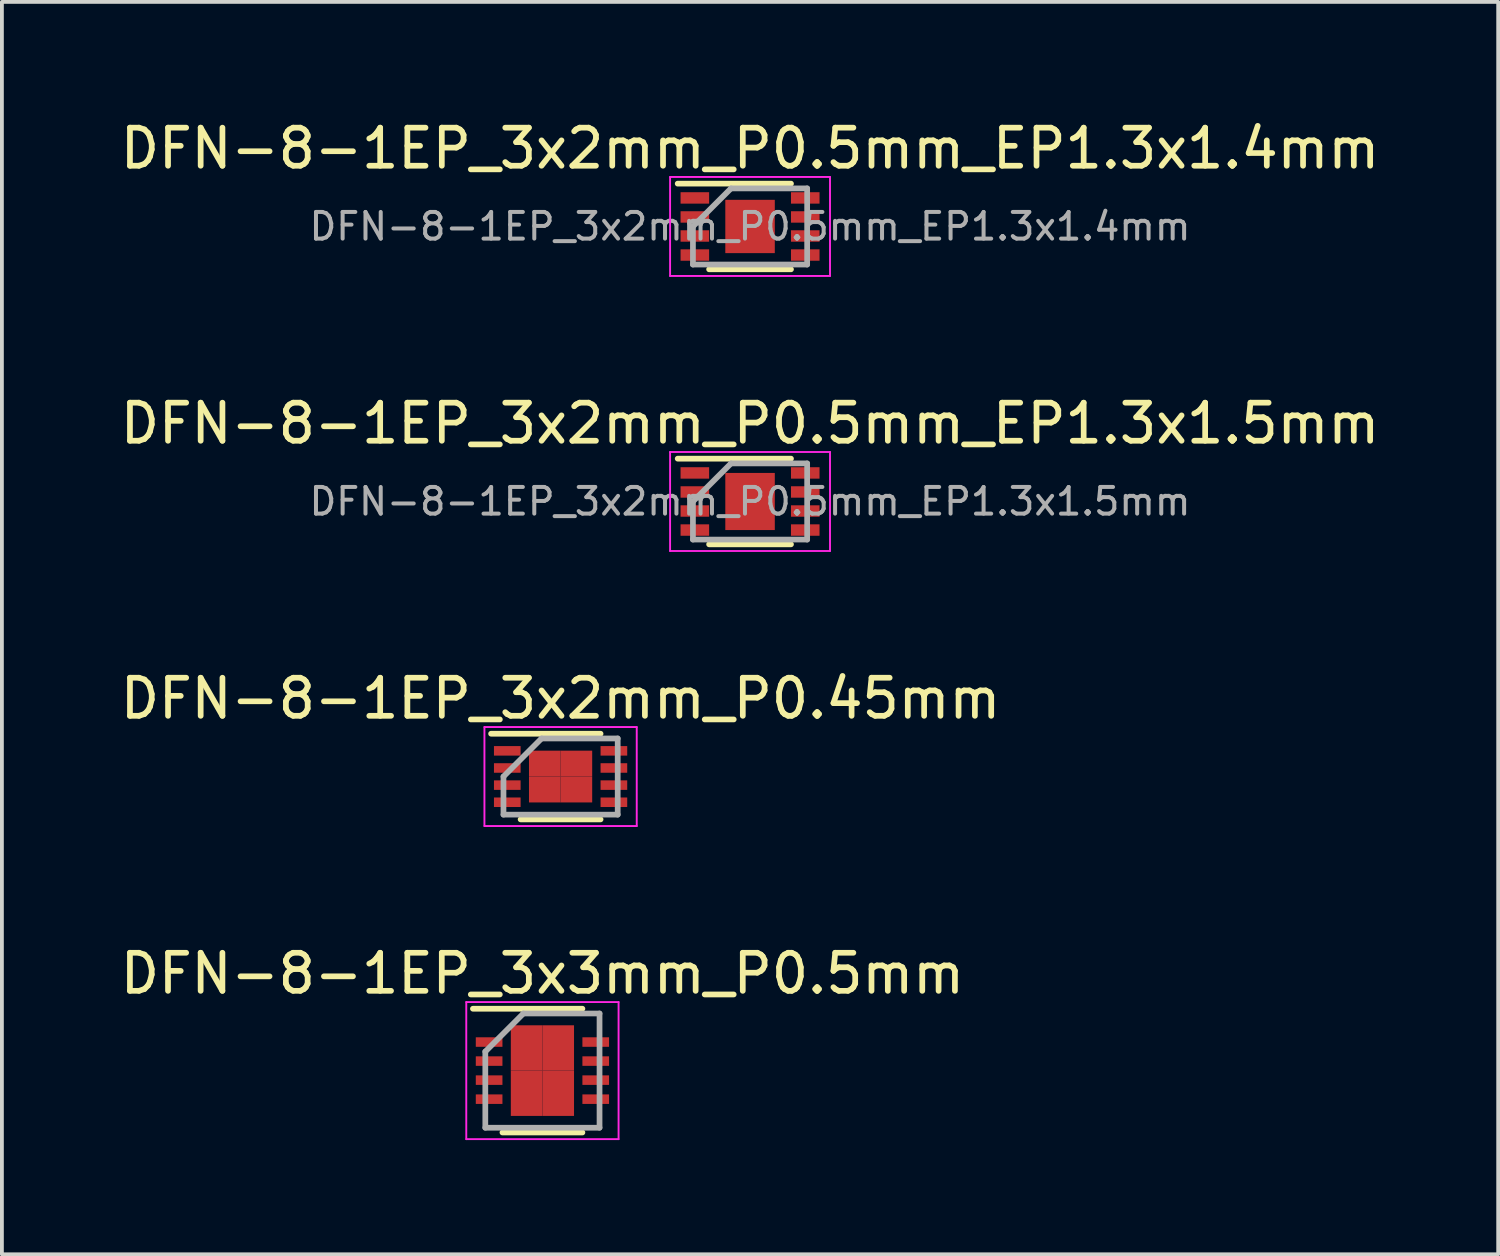
<source format=kicad_pcb>
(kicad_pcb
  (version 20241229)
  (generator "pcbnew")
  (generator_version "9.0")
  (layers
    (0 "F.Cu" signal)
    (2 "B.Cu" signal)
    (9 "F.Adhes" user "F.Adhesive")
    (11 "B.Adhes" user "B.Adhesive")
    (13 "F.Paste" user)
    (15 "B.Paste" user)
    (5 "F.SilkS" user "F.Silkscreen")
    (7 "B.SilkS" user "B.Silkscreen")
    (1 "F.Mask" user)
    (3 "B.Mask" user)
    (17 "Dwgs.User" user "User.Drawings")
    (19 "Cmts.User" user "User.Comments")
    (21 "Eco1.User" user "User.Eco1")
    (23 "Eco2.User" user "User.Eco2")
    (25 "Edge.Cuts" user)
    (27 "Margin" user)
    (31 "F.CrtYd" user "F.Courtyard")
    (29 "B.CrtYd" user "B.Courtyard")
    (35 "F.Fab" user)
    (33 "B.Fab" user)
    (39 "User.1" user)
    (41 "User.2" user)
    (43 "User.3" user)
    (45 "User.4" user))
  (footprint "DFN-8-1EP_3x3mm_P0.5mm"
    (layer "F.Cu")
    (at 11.196 25.068)
    (property "Reference" "DFN-8-1EP_3x3mm_P0.5mm" (at 0 -2.55 0) (layer "F.SilkS") (effects (font (size 1 1) (thickness 0.15))))
    (attr smd)
    (fp_line (start -1.825 -1.625) (end 1.05 -1.625) (stroke (width 0.15) (type solid)) (layer "F.SilkS"))
    (fp_line (start -1.05 1.625) (end 1.05 1.625) (stroke (width 0.15) (type solid)) (layer "F.SilkS"))
    (fp_line (start -2 -1.8) (end -2 1.8) (stroke (width 0.05) (type solid)) (layer "F.CrtYd"))
    (fp_line (start -2 -1.8) (end 2 -1.8) (stroke (width 0.05) (type solid)) (layer "F.CrtYd"))
    (fp_line (start -2 1.8) (end 2 1.8) (stroke (width 0.05) (type solid)) (layer "F.CrtYd"))
    (fp_line (start 2 -1.8) (end 2 1.8) (stroke (width 0.05) (type solid)) (layer "F.CrtYd"))
    (fp_line (start -1.5 -0.5) (end -0.5 -1.5) (stroke (width 0.15) (type solid)) (layer "F.Fab"))
    (fp_line (start -1.5 1.5) (end -1.5 -0.5) (stroke (width 0.15) (type solid)) (layer "F.Fab"))
    (fp_line (start -0.5 -1.5) (end 1.5 -1.5) (stroke (width 0.15) (type solid)) (layer "F.Fab"))
    (fp_line (start 1.5 -1.5) (end 1.5 1.5) (stroke (width 0.15) (type solid)) (layer "F.Fab"))
    (fp_line (start 1.5 1.5) (end -1.5 1.5) (stroke (width 0.15) (type solid)) (layer "F.Fab"))
    (pad "1" smd rect (at -1.4 -0.75) (size 0.7 0.25) (layers "F.Cu" "F.Mask" "F.Paste"))
    (pad "2" smd rect (at -1.4 -0.25) (size 0.7 0.25) (layers "F.Cu" "F.Mask" "F.Paste"))
    (pad "3" smd rect (at -1.4 0.25) (size 0.7 0.25) (layers "F.Cu" "F.Mask" "F.Paste"))
    (pad "4" smd rect (at -1.4 0.75) (size 0.7 0.25) (layers "F.Cu" "F.Mask" "F.Paste"))
    (pad "5" smd rect (at 1.4 0.75) (size 0.7 0.25) (layers "F.Cu" "F.Mask" "F.Paste"))
    (pad "6" smd rect (at 1.4 0.25) (size 0.7 0.25) (layers "F.Cu" "F.Mask" "F.Paste"))
    (pad "7" smd rect (at 1.4 -0.25) (size 0.7 0.25) (layers "F.Cu" "F.Mask" "F.Paste"))
    (pad "8" smd rect (at 1.4 -0.75) (size 0.7 0.25) (layers "F.Cu" "F.Mask" "F.Paste"))
    (pad "9" smd rect (at -0.415 -0.595) (size 0.83 1.19) (layers "F.Cu" "F.Mask" "F.Paste"))
    (pad "9" smd rect (at -0.415 0.595) (size 0.83 1.19) (layers "F.Cu" "F.Mask" "F.Paste"))
    (pad "9" smd rect (at 0.415 -0.595) (size 0.83 1.19) (layers "F.Cu" "F.Mask" "F.Paste"))
    (pad "9" smd rect (at 0.415 0.595) (size 0.83 1.19) (layers "F.Cu" "F.Mask" "F.Paste")))
  (footprint "DFN-8-1EP_3x2mm_P0.5mm_EP1.3x1.5mm"
    (layer "F.Cu")
    (at 16.649 10.121)
    (property "Reference" "DFN-8-1EP_3x2mm_P0.5mm_EP1.3x1.5mm" (at 0 -2.05 0) (layer "F.SilkS") (effects (font (size 1 1) (thickness 0.15))))
    (attr smd)
    (fp_line (start -1.9 -1.125) (end 1.075 -1.125) (stroke (width 0.15) (type solid)) (layer "F.SilkS"))
    (fp_line (start -1.075 1.125) (end 1.075 1.125) (stroke (width 0.15) (type solid)) (layer "F.SilkS"))
    (fp_line (start -2.1 -1.3) (end -2.1 1.3) (stroke (width 0.05) (type solid)) (layer "F.CrtYd"))
    (fp_line (start -2.1 -1.3) (end 2.1 -1.3) (stroke (width 0.05) (type solid)) (layer "F.CrtYd"))
    (fp_line (start -2.1 1.3) (end 2.1 1.3) (stroke (width 0.05) (type solid)) (layer "F.CrtYd"))
    (fp_line (start 2.1 -1.3) (end 2.1 1.3) (stroke (width 0.05) (type solid)) (layer "F.CrtYd"))
    (fp_line (start -1.5 0) (end -0.5 -1) (stroke (width 0.15) (type solid)) (layer "F.Fab"))
    (fp_line (start -1.5 1) (end -1.5 0) (stroke (width 0.15) (type solid)) (layer "F.Fab"))
    (fp_line (start -0.5 -1) (end 1.5 -1) (stroke (width 0.15) (type solid)) (layer "F.Fab"))
    (fp_line (start 1.5 -1) (end 1.5 1) (stroke (width 0.15) (type solid)) (layer "F.Fab"))
    (fp_line (start 1.5 1) (end -1.5 1) (stroke (width 0.15) (type solid)) (layer "F.Fab"))
    (fp_text user "${REFERENCE}" (at 0 0 0) (layer "F.Fab") (effects (font (size 0.7 0.7) (thickness 0.105))))
    (pad "" smd rect (at -0.325 -0.375) (size 0.5 0.6) (layers "F.Paste"))
    (pad "" smd rect (at -0.325 0.375) (size 0.5 0.6) (layers "F.Paste"))
    (pad "" smd rect (at 0.325 -0.375) (size 0.5 0.6) (layers "F.Paste"))
    (pad "" smd rect (at 0.325 0.375) (size 0.5 0.6) (layers "F.Paste"))
    (pad "1" smd rect (at -1.45 -0.75) (size 0.75 0.3) (layers "F.Cu" "F.Mask" "F.Paste"))
    (pad "2" smd rect (at -1.45 -0.25) (size 0.75 0.3) (layers "F.Cu" "F.Mask" "F.Paste"))
    (pad "3" smd rect (at -1.45 0.25) (size 0.75 0.3) (layers "F.Cu" "F.Mask" "F.Paste"))
    (pad "4" smd rect (at -1.45 0.75) (size 0.75 0.3) (layers "F.Cu" "F.Mask" "F.Paste"))
    (pad "5" smd rect (at 1.45 0.75) (size 0.75 0.3) (layers "F.Cu" "F.Mask" "F.Paste"))
    (pad "6" smd rect (at 1.45 0.25) (size 0.75 0.3) (layers "F.Cu" "F.Mask" "F.Paste"))
    (pad "7" smd rect (at 1.45 -0.25) (size 0.75 0.3) (layers "F.Cu" "F.Mask" "F.Paste"))
    (pad "8" smd rect (at 1.45 -0.75) (size 0.75 0.3) (layers "F.Cu" "F.Mask" "F.Paste"))
    (pad "9" smd rect (at 0 0) (size 1.3 1.5) (layers "F.Cu" "F.Mask")))
  (footprint "DFN-8-1EP_3x2mm_P0.45mm"
    (layer "F.Cu")
    (at 11.673 17.345)
    (property "Reference" "DFN-8-1EP_3x2mm_P0.45mm" (at 0 -2.05 0) (layer "F.SilkS") (effects (font (size 1 1) (thickness 0.15))))
    (attr smd)
    (fp_line (start -1.825 -1.125) (end 1.05 -1.125) (stroke (width 0.15) (type solid)) (layer "F.SilkS"))
    (fp_line (start -1.05 1.125) (end 1.05 1.125) (stroke (width 0.15) (type solid)) (layer "F.SilkS"))
    (fp_line (start -2 -1.3) (end -2 1.3) (stroke (width 0.05) (type solid)) (layer "F.CrtYd"))
    (fp_line (start -2 -1.3) (end 2 -1.3) (stroke (width 0.05) (type solid)) (layer "F.CrtYd"))
    (fp_line (start -2 1.3) (end 2 1.3) (stroke (width 0.05) (type solid)) (layer "F.CrtYd"))
    (fp_line (start 2 -1.3) (end 2 1.3) (stroke (width 0.05) (type solid)) (layer "F.CrtYd"))
    (fp_line (start -1.5 0) (end -0.5 -1) (stroke (width 0.15) (type solid)) (layer "F.Fab"))
    (fp_line (start -1.5 1) (end -1.5 0) (stroke (width 0.15) (type solid)) (layer "F.Fab"))
    (fp_line (start -0.5 -1) (end 1.5 -1) (stroke (width 0.15) (type solid)) (layer "F.Fab"))
    (fp_line (start 1.5 -1) (end 1.5 1) (stroke (width 0.15) (type solid)) (layer "F.Fab"))
    (fp_line (start 1.5 1) (end -1.5 1) (stroke (width 0.15) (type solid)) (layer "F.Fab"))
    (pad "1" smd rect (at -1.4 -0.675) (size 0.7 0.25) (layers "F.Cu" "F.Mask" "F.Paste"))
    (pad "2" smd rect (at -1.4 -0.225) (size 0.7 0.25) (layers "F.Cu" "F.Mask" "F.Paste"))
    (pad "3" smd rect (at -1.4 0.225) (size 0.7 0.25) (layers "F.Cu" "F.Mask" "F.Paste"))
    (pad "4" smd rect (at -1.4 0.675) (size 0.7 0.25) (layers "F.Cu" "F.Mask" "F.Paste"))
    (pad "5" smd rect (at 1.4 0.675) (size 0.7 0.25) (layers "F.Cu" "F.Mask" "F.Paste"))
    (pad "6" smd rect (at 1.4 0.225) (size 0.7 0.25) (layers "F.Cu" "F.Mask" "F.Paste"))
    (pad "7" smd rect (at 1.4 -0.225) (size 0.7 0.25) (layers "F.Cu" "F.Mask" "F.Paste"))
    (pad "8" smd rect (at 1.4 -0.675) (size 0.7 0.25) (layers "F.Cu" "F.Mask" "F.Paste"))
    (pad "9" smd rect (at -0.415 -0.34) (size 0.83 0.68) (layers "F.Cu" "F.Mask" "F.Paste"))
    (pad "9" smd rect (at -0.415 0.34) (size 0.83 0.68) (layers "F.Cu" "F.Mask" "F.Paste"))
    (pad "9" smd rect (at 0.415 -0.34) (size 0.83 0.68) (layers "F.Cu" "F.Mask" "F.Paste"))
    (pad "9" smd rect (at 0.415 0.34) (size 0.83 0.68) (layers "F.Cu" "F.Mask" "F.Paste")))
  (footprint "DFN-8-1EP_3x2mm_P0.5mm_EP1.3x1.4mm"
    (layer "F.Cu")
    (at 16.649 2.898)
    (property "Reference" "DFN-8-1EP_3x2mm_P0.5mm_EP1.3x1.4mm" (at 0 -2.05 0) (layer "F.SilkS") (effects (font (size 1 1) (thickness 0.15))))
    (attr smd)
    (fp_line (start -1.9 -1.125) (end 1.075 -1.125) (stroke (width 0.15) (type solid)) (layer "F.SilkS"))
    (fp_line (start -1.075 1.125) (end 1.075 1.125) (stroke (width 0.15) (type solid)) (layer "F.SilkS"))
    (fp_line (start -2.1 -1.3) (end -2.1 1.3) (stroke (width 0.05) (type solid)) (layer "F.CrtYd"))
    (fp_line (start -2.1 -1.3) (end 2.1 -1.3) (stroke (width 0.05) (type solid)) (layer "F.CrtYd"))
    (fp_line (start -2.1 1.3) (end 2.1 1.3) (stroke (width 0.05) (type solid)) (layer "F.CrtYd"))
    (fp_line (start 2.1 -1.3) (end 2.1 1.3) (stroke (width 0.05) (type solid)) (layer "F.CrtYd"))
    (fp_line (start -1.5 0) (end -0.5 -1) (stroke (width 0.15) (type solid)) (layer "F.Fab"))
    (fp_line (start -1.5 1) (end -1.5 0) (stroke (width 0.15) (type solid)) (layer "F.Fab"))
    (fp_line (start -0.5 -1) (end 1.5 -1) (stroke (width 0.15) (type solid)) (layer "F.Fab"))
    (fp_line (start 1.5 -1) (end 1.5 1) (stroke (width 0.15) (type solid)) (layer "F.Fab"))
    (fp_line (start 1.5 1) (end -1.5 1) (stroke (width 0.15) (type solid)) (layer "F.Fab"))
    (fp_text user "${REFERENCE}" (at 0 0 0) (layer "F.Fab") (effects (font (size 0.7 0.7) (thickness 0.105))))
    (pad "" smd rect (at -0.325 -0.375) (size 0.5 0.6) (layers "F.Paste"))
    (pad "" smd rect (at -0.325 0.375) (size 0.5 0.6) (layers "F.Paste"))
    (pad "" smd rect (at 0.325 -0.375) (size 0.5 0.6) (layers "F.Paste"))
    (pad "" smd rect (at 0.325 0.375) (size 0.5 0.6) (layers "F.Paste"))
    (pad "1" smd rect (at -1.45 -0.75) (size 0.75 0.3) (layers "F.Cu" "F.Mask" "F.Paste"))
    (pad "2" smd rect (at -1.45 -0.25) (size 0.75 0.3) (layers "F.Cu" "F.Mask" "F.Paste"))
    (pad "3" smd rect (at -1.45 0.25) (size 0.75 0.3) (layers "F.Cu" "F.Mask" "F.Paste"))
    (pad "4" smd rect (at -1.45 0.75) (size 0.75 0.3) (layers "F.Cu" "F.Mask" "F.Paste"))
    (pad "5" smd rect (at 1.45 0.75) (size 0.75 0.3) (layers "F.Cu" "F.Mask" "F.Paste"))
    (pad "6" smd rect (at 1.45 0.25) (size 0.75 0.3) (layers "F.Cu" "F.Mask" "F.Paste"))
    (pad "7" smd rect (at 1.45 -0.25) (size 0.75 0.3) (layers "F.Cu" "F.Mask" "F.Paste"))
    (pad "8" smd rect (at 1.45 -0.75) (size 0.75 0.3) (layers "F.Cu" "F.Mask" "F.Paste"))
    (pad "9" smd rect (at 0 0) (size 1.3 1.4) (layers "F.Cu" "F.Mask")))
  (gr_rect
    (start -3 -3)
    (end 36.298 29.893)
    (stroke (width 0.1) (type default))
    (fill no)
    (layer "Edge.Cuts")))
</source>
